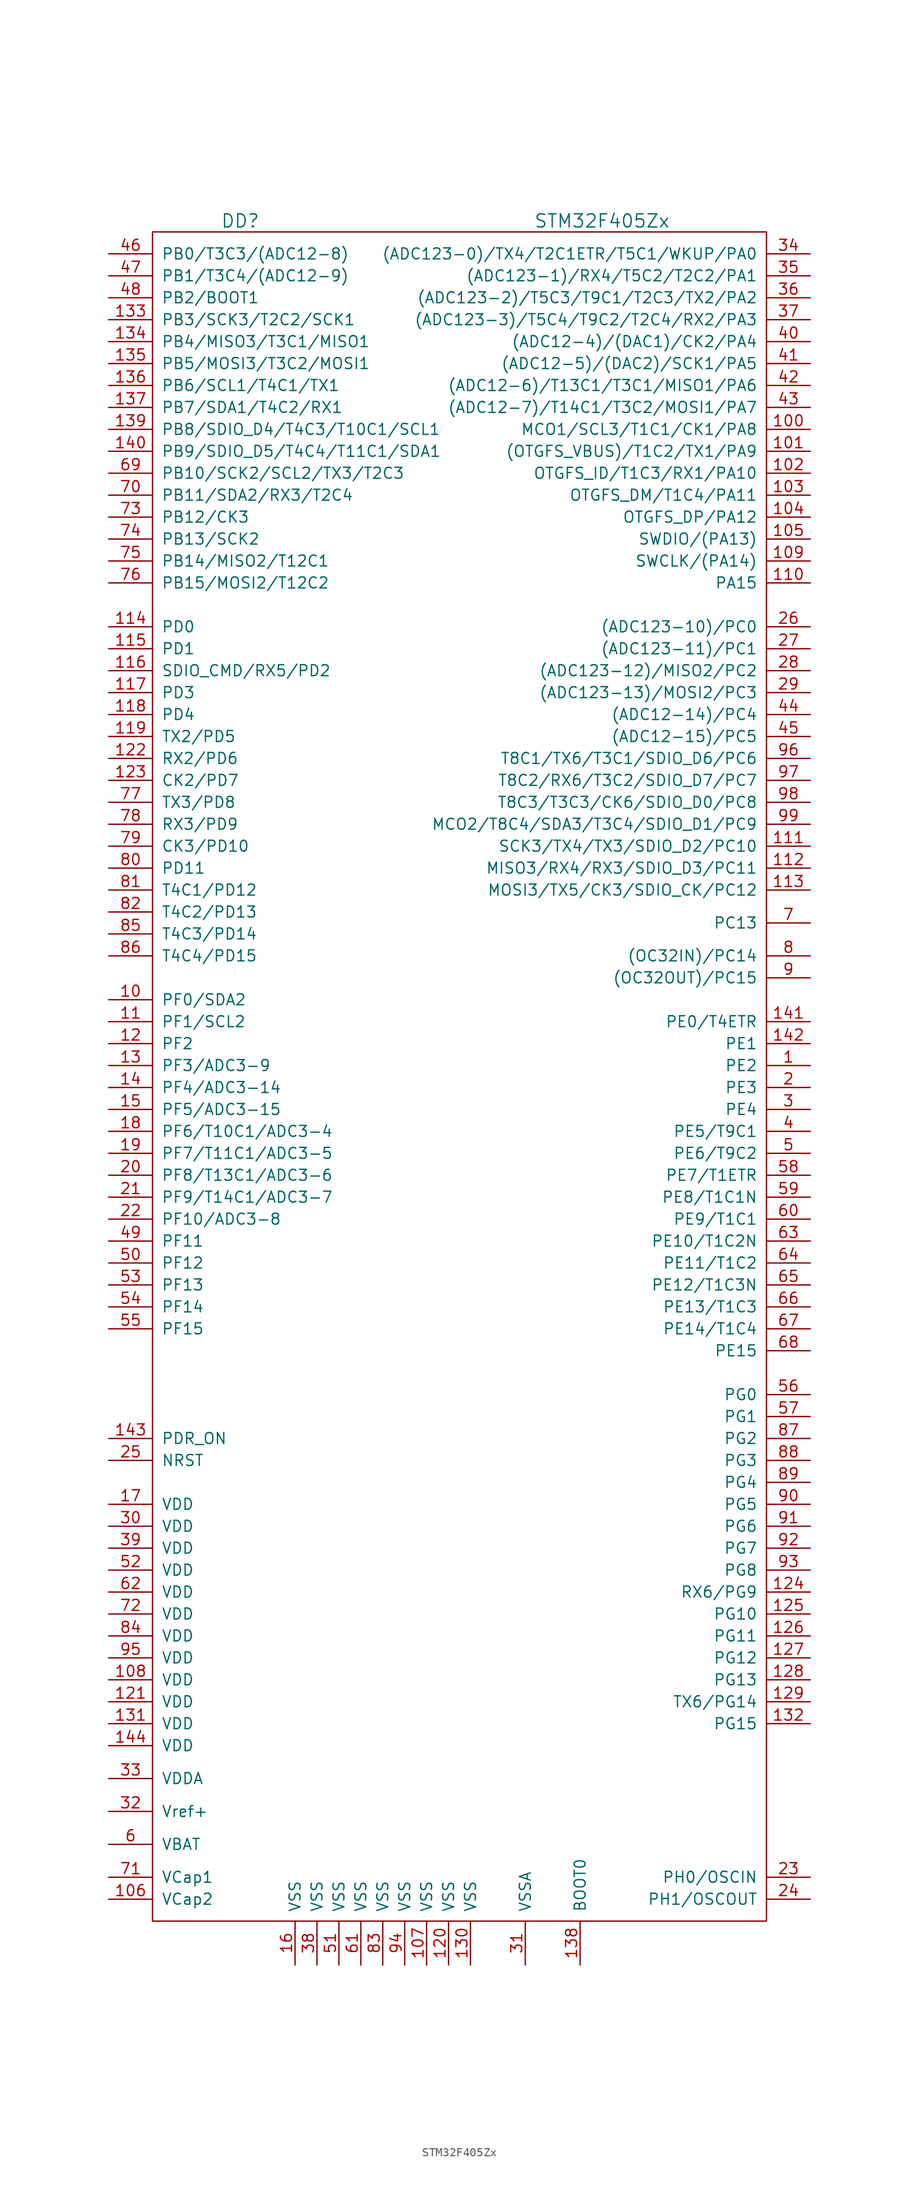
<source format=kicad_sym>
(kicad_symbol_lib
  (version 20201005)
  (generator kicad_symbol_editor)
  (symbol "st_kl:STM32F405Zx"
    (pin_names
      (offset 1.016))
    (property "Reference" "DD"
      (at -25.4 69.85 0)
      (effects (font (size 1.524 1.524))))
    (property "Value" "STM32F405Zx"
      (at 16.51 69.85 0)
      (effects (font (size 1.524 1.524))))
    (property "Footprint" ""
      (at 0 0 0)
      (effects (font (size 1.524 1.524))))
    (property "Datasheet" ""
      (at 0 0 0)
      (effects (font (size 1.524 1.524))))
    (symbol "STM32F405Zx_0_1"
      (rectangle (start -35.56 68.58) (end 35.56 -127) (stroke (width 0)) (fill (type none))))
    (symbol "STM32F405Zx_1_1"
      (pin passive line (at 40.64 -27.94 180) (length 5.08) (name "PE2" (effects (font (size 1.27 1.27)))) (number "1" (effects (font (size 1.27 1.27)))))
      (pin passive line (at -40.64 -20.32 0) (length 5.08) (name "PF0/SDA2" (effects (font (size 1.27 1.27)))) (number "10" (effects (font (size 1.27 1.27)))))
      (pin passive line (at 40.64 45.72 180) (length 5.08) (name "MCO1/SCL3/T1C1/CK1/PA8" (effects (font (size 1.27 1.27)))) (number "100" (effects (font (size 1.27 1.27)))))
      (pin passive line (at 40.64 43.18 180) (length 5.08) (name "(OTGFS_VBUS)/T1C2/TX1/PA9" (effects (font (size 1.27 1.27)))) (number "101" (effects (font (size 1.27 1.27)))))
      (pin passive line (at 40.64 40.64 180) (length 5.08) (name "OTGFS_ID/T1C3/RX1/PA10" (effects (font (size 1.27 1.27)))) (number "102" (effects (font (size 1.27 1.27)))))
      (pin passive line (at 40.64 38.1 180) (length 5.08) (name "OTGFS_DM/T1C4/PA11" (effects (font (size 1.27 1.27)))) (number "103" (effects (font (size 1.27 1.27)))))
      (pin passive line (at 40.64 35.56 180) (length 5.08) (name "OTGFS_DP/PA12" (effects (font (size 1.27 1.27)))) (number "104" (effects (font (size 1.27 1.27)))))
      (pin passive line (at 40.64 33.02 180) (length 5.08) (name "SWDIO/(PA13)" (effects (font (size 1.27 1.27)))) (number "105" (effects (font (size 1.27 1.27)))))
      (pin passive line (at -40.64 -124.46 0) (length 5.08) (name "VCap2" (effects (font (size 1.27 1.27)))) (number "106" (effects (font (size 1.27 1.27)))))
      (pin power_in line (at -3.81 -132.08 90) (length 5.08) (name "VSS" (effects (font (size 1.27 1.27)))) (number "107" (effects (font (size 1.27 1.27)))))
      (pin power_in line (at -40.64 -99.06 0) (length 5.08) (name "VDD" (effects (font (size 1.27 1.27)))) (number "108" (effects (font (size 1.27 1.27)))))
      (pin passive line (at 40.64 30.48 180) (length 5.08) (name "SWCLK/(PA14)" (effects (font (size 1.27 1.27)))) (number "109" (effects (font (size 1.27 1.27)))))
      (pin passive line (at -40.64 -22.86 0) (length 5.08) (name "PF1/SCL2" (effects (font (size 1.27 1.27)))) (number "11" (effects (font (size 1.27 1.27)))))
      (pin passive line (at 40.64 27.94 180) (length 5.08) (name "PA15" (effects (font (size 1.27 1.27)))) (number "110" (effects (font (size 1.27 1.27)))))
      (pin passive line (at 40.64 -2.54 180) (length 5.08) (name "SCK3/TX4/TX3/SDIO_D2/PC10" (effects (font (size 1.27 1.27)))) (number "111" (effects (font (size 1.27 1.27)))))
      (pin passive line (at 40.64 -5.08 180) (length 5.08) (name "MISO3/RX4/RX3/SDIO_D3/PC11" (effects (font (size 1.27 1.27)))) (number "112" (effects (font (size 1.27 1.27)))))
      (pin passive line (at 40.64 -7.62 180) (length 5.08) (name "MOSI3/TX5/CK3/SDIO_CK/PC12" (effects (font (size 1.27 1.27)))) (number "113" (effects (font (size 1.27 1.27)))))
      (pin passive line (at -40.64 22.86 0) (length 5.08) (name "PD0" (effects (font (size 1.27 1.27)))) (number "114" (effects (font (size 1.27 1.27)))))
      (pin passive line (at -40.64 20.32 0) (length 5.08) (name "PD1" (effects (font (size 1.27 1.27)))) (number "115" (effects (font (size 1.27 1.27)))))
      (pin passive line (at -40.64 17.78 0) (length 5.08) (name "SDIO_CMD/RX5/PD2" (effects (font (size 1.27 1.27)))) (number "116" (effects (font (size 1.27 1.27)))))
      (pin passive line (at -40.64 15.24 0) (length 5.08) (name "PD3" (effects (font (size 1.27 1.27)))) (number "117" (effects (font (size 1.27 1.27)))))
      (pin passive line (at -40.64 12.7 0) (length 5.08) (name "PD4" (effects (font (size 1.27 1.27)))) (number "118" (effects (font (size 1.27 1.27)))))
      (pin passive line (at -40.64 10.16 0) (length 5.08) (name "TX2/PD5" (effects (font (size 1.27 1.27)))) (number "119" (effects (font (size 1.27 1.27)))))
      (pin passive line (at -40.64 -25.4 0) (length 5.08) (name "PF2" (effects (font (size 1.27 1.27)))) (number "12" (effects (font (size 1.27 1.27)))))
      (pin power_in line (at -1.27 -132.08 90) (length 5.08) (name "VSS" (effects (font (size 1.27 1.27)))) (number "120" (effects (font (size 1.27 1.27)))))
      (pin power_in line (at -40.64 -101.6 0) (length 5.08) (name "VDD" (effects (font (size 1.27 1.27)))) (number "121" (effects (font (size 1.27 1.27)))))
      (pin passive line (at -40.64 7.62 0) (length 5.08) (name "RX2/PD6" (effects (font (size 1.27 1.27)))) (number "122" (effects (font (size 1.27 1.27)))))
      (pin passive line (at -40.64 5.08 0) (length 5.08) (name "CK2/PD7" (effects (font (size 1.27 1.27)))) (number "123" (effects (font (size 1.27 1.27)))))
      (pin passive line (at 40.64 -88.9 180) (length 5.08) (name "RX6/PG9" (effects (font (size 1.27 1.27)))) (number "124" (effects (font (size 1.27 1.27)))))
      (pin passive line (at 40.64 -91.44 180) (length 5.08) (name "PG10" (effects (font (size 1.27 1.27)))) (number "125" (effects (font (size 1.27 1.27)))))
      (pin passive line (at 40.64 -93.98 180) (length 5.08) (name "PG11" (effects (font (size 1.27 1.27)))) (number "126" (effects (font (size 1.27 1.27)))))
      (pin passive line (at 40.64 -96.52 180) (length 5.08) (name "PG12" (effects (font (size 1.27 1.27)))) (number "127" (effects (font (size 1.27 1.27)))))
      (pin passive line (at 40.64 -99.06 180) (length 5.08) (name "PG13" (effects (font (size 1.27 1.27)))) (number "128" (effects (font (size 1.27 1.27)))))
      (pin passive line (at 40.64 -101.6 180) (length 5.08) (name "TX6/PG14" (effects (font (size 1.27 1.27)))) (number "129" (effects (font (size 1.27 1.27)))))
      (pin passive line (at -40.64 -27.94 0) (length 5.08) (name "PF3/ADC3-9" (effects (font (size 1.27 1.27)))) (number "13" (effects (font (size 1.27 1.27)))))
      (pin power_in line (at 1.27 -132.08 90) (length 5.08) (name "VSS" (effects (font (size 1.27 1.27)))) (number "130" (effects (font (size 1.27 1.27)))))
      (pin power_in line (at -40.64 -104.14 0) (length 5.08) (name "VDD" (effects (font (size 1.27 1.27)))) (number "131" (effects (font (size 1.27 1.27)))))
      (pin passive line (at 40.64 -104.14 180) (length 5.08) (name "PG15" (effects (font (size 1.27 1.27)))) (number "132" (effects (font (size 1.27 1.27)))))
      (pin passive line (at -40.64 58.42 0) (length 5.08) (name "PB3/SCK3/T2C2/SCK1" (effects (font (size 1.27 1.27)))) (number "133" (effects (font (size 1.27 1.27)))))
      (pin passive line (at -40.64 55.88 0) (length 5.08) (name "PB4/MISO3/T3C1/MISO1" (effects (font (size 1.27 1.27)))) (number "134" (effects (font (size 1.27 1.27)))))
      (pin passive line (at -40.64 53.34 0) (length 5.08) (name "PB5/MOSI3/T3C2/MOSI1" (effects (font (size 1.27 1.27)))) (number "135" (effects (font (size 1.27 1.27)))))
      (pin passive line (at -40.64 50.8 0) (length 5.08) (name "PB6/SCL1/T4C1/TX1" (effects (font (size 1.27 1.27)))) (number "136" (effects (font (size 1.27 1.27)))))
      (pin passive line (at -40.64 48.26 0) (length 5.08) (name "PB7/SDA1/T4C2/RX1" (effects (font (size 1.27 1.27)))) (number "137" (effects (font (size 1.27 1.27)))))
      (pin passive line (at 13.97 -132.08 90) (length 5.08) (name "BOOT0" (effects (font (size 1.27 1.27)))) (number "138" (effects (font (size 1.27 1.27)))))
      (pin passive line (at -40.64 45.72 0) (length 5.08) (name "PB8/SDIO_D4/T4C3/T10C1/SCL1" (effects (font (size 1.27 1.27)))) (number "139" (effects (font (size 1.27 1.27)))))
      (pin passive line (at -40.64 -30.48 0) (length 5.08) (name "PF4/ADC3-14" (effects (font (size 1.27 1.27)))) (number "14" (effects (font (size 1.27 1.27)))))
      (pin passive line (at -40.64 43.18 0) (length 5.08) (name "PB9/SDIO_D5/T4C4/T11C1/SDA1" (effects (font (size 1.27 1.27)))) (number "140" (effects (font (size 1.27 1.27)))))
      (pin passive line (at 40.64 -22.86 180) (length 5.08) (name "PE0/T4ETR" (effects (font (size 1.27 1.27)))) (number "141" (effects (font (size 1.27 1.27)))))
      (pin passive line (at 40.64 -25.4 180) (length 5.08) (name "PE1" (effects (font (size 1.27 1.27)))) (number "142" (effects (font (size 1.27 1.27)))))
      (pin passive line (at -40.64 -71.12 0) (length 5.08) (name "PDR_ON" (effects (font (size 1.27 1.27)))) (number "143" (effects (font (size 1.27 1.27)))))
      (pin power_in line (at -40.64 -106.68 0) (length 5.08) (name "VDD" (effects (font (size 1.27 1.27)))) (number "144" (effects (font (size 1.27 1.27)))))
      (pin passive line (at -40.64 -33.02 0) (length 5.08) (name "PF5/ADC3-15" (effects (font (size 1.27 1.27)))) (number "15" (effects (font (size 1.27 1.27)))))
      (pin power_in line (at -19.05 -132.08 90) (length 5.08) (name "VSS" (effects (font (size 1.27 1.27)))) (number "16" (effects (font (size 1.27 1.27)))))
      (pin power_in line (at -40.64 -78.74 0) (length 5.08) (name "VDD" (effects (font (size 1.27 1.27)))) (number "17" (effects (font (size 1.27 1.27)))))
      (pin passive line (at -40.64 -35.56 0) (length 5.08) (name "PF6/T10C1/ADC3-4" (effects (font (size 1.27 1.27)))) (number "18" (effects (font (size 1.27 1.27)))))
      (pin passive line (at -40.64 -38.1 0) (length 5.08) (name "PF7/T11C1/ADC3-5" (effects (font (size 1.27 1.27)))) (number "19" (effects (font (size 1.27 1.27)))))
      (pin passive line (at 40.64 -30.48 180) (length 5.08) (name "PE3" (effects (font (size 1.27 1.27)))) (number "2" (effects (font (size 1.27 1.27)))))
      (pin passive line (at -40.64 -40.64 0) (length 5.08) (name "PF8/T13C1/ADC3-6" (effects (font (size 1.27 1.27)))) (number "20" (effects (font (size 1.27 1.27)))))
      (pin passive line (at -40.64 -43.18 0) (length 5.08) (name "PF9/T14C1/ADC3-7" (effects (font (size 1.27 1.27)))) (number "21" (effects (font (size 1.27 1.27)))))
      (pin passive line (at -40.64 -45.72 0) (length 5.08) (name "PF10/ADC3-8" (effects (font (size 1.27 1.27)))) (number "22" (effects (font (size 1.27 1.27)))))
      (pin passive line (at 40.64 -121.92 180) (length 5.08) (name "PH0/OSCIN" (effects (font (size 1.27 1.27)))) (number "23" (effects (font (size 1.27 1.27)))))
      (pin passive line (at 40.64 -124.46 180) (length 5.08) (name "PH1/OSCOUT" (effects (font (size 1.27 1.27)))) (number "24" (effects (font (size 1.27 1.27)))))
      (pin passive line (at -40.64 -73.66 0) (length 5.08) (name "NRST" (effects (font (size 1.27 1.27)))) (number "25" (effects (font (size 1.27 1.27)))))
      (pin passive line (at 40.64 22.86 180) (length 5.08) (name "(ADC123-10)/PC0" (effects (font (size 1.27 1.27)))) (number "26" (effects (font (size 1.27 1.27)))))
      (pin passive line (at 40.64 20.32 180) (length 5.08) (name "(ADC123-11)/PC1" (effects (font (size 1.27 1.27)))) (number "27" (effects (font (size 1.27 1.27)))))
      (pin passive line (at 40.64 17.78 180) (length 5.08) (name "(ADC123-12)/MISO2/PC2" (effects (font (size 1.27 1.27)))) (number "28" (effects (font (size 1.27 1.27)))))
      (pin passive line (at 40.64 15.24 180) (length 5.08) (name "(ADC123-13)/MOSI2/PC3" (effects (font (size 1.27 1.27)))) (number "29" (effects (font (size 1.27 1.27)))))
      (pin passive line (at 40.64 -33.02 180) (length 5.08) (name "PE4" (effects (font (size 1.27 1.27)))) (number "3" (effects (font (size 1.27 1.27)))))
      (pin power_in line (at -40.64 -81.28 0) (length 5.08) (name "VDD" (effects (font (size 1.27 1.27)))) (number "30" (effects (font (size 1.27 1.27)))))
      (pin power_in line (at 7.62 -132.08 90) (length 5.08) (name "VSSA" (effects (font (size 1.27 1.27)))) (number "31" (effects (font (size 1.27 1.27)))))
      (pin passive line (at -40.64 -114.3 0) (length 5.08) (name "Vref+" (effects (font (size 1.27 1.27)))) (number "32" (effects (font (size 1.27 1.27)))))
      (pin power_in line (at -40.64 -110.49 0) (length 5.08) (name "VDDA" (effects (font (size 1.27 1.27)))) (number "33" (effects (font (size 1.27 1.27)))))
      (pin passive line (at 40.64 66.04 180) (length 5.08) (name "(ADC123-0)/TX4/T2C1ETR/T5C1/WKUP/PA0" (effects (font (size 1.27 1.27)))) (number "34" (effects (font (size 1.27 1.27)))))
      (pin passive line (at 40.64 63.5 180) (length 5.08) (name "(ADC123-1)/RX4/T5C2/T2C2/PA1" (effects (font (size 1.27 1.27)))) (number "35" (effects (font (size 1.27 1.27)))))
      (pin passive line (at 40.64 60.96 180) (length 5.08) (name "(ADC123-2)/T5C3/T9C1/T2C3/TX2/PA2" (effects (font (size 1.27 1.27)))) (number "36" (effects (font (size 1.27 1.27)))))
      (pin passive line (at 40.64 58.42 180) (length 5.08) (name "(ADC123-3)/T5C4/T9C2/T2C4/RX2/PA3" (effects (font (size 1.27 1.27)))) (number "37" (effects (font (size 1.27 1.27)))))
      (pin power_in line (at -16.51 -132.08 90) (length 5.08) (name "VSS" (effects (font (size 1.27 1.27)))) (number "38" (effects (font (size 1.27 1.27)))))
      (pin power_in line (at -40.64 -83.82 0) (length 5.08) (name "VDD" (effects (font (size 1.27 1.27)))) (number "39" (effects (font (size 1.27 1.27)))))
      (pin passive line (at 40.64 -35.56 180) (length 5.08) (name "PE5/T9C1" (effects (font (size 1.27 1.27)))) (number "4" (effects (font (size 1.27 1.27)))))
      (pin passive line (at 40.64 55.88 180) (length 5.08) (name "(ADC12-4)/(DAC1)/CK2/PA4" (effects (font (size 1.27 1.27)))) (number "40" (effects (font (size 1.27 1.27)))))
      (pin passive line (at 40.64 53.34 180) (length 5.08) (name "(ADC12-5)/(DAC2)/SCK1/PA5" (effects (font (size 1.27 1.27)))) (number "41" (effects (font (size 1.27 1.27)))))
      (pin passive line (at 40.64 50.8 180) (length 5.08) (name "(ADC12-6)/T13C1/T3C1/MISO1/PA6" (effects (font (size 1.27 1.27)))) (number "42" (effects (font (size 1.27 1.27)))))
      (pin passive line (at 40.64 48.26 180) (length 5.08) (name "(ADC12-7)/T14C1/T3C2/MOSI1/PA7" (effects (font (size 1.27 1.27)))) (number "43" (effects (font (size 1.27 1.27)))))
      (pin passive line (at 40.64 12.7 180) (length 5.08) (name "(ADC12-14)/PC4" (effects (font (size 1.27 1.27)))) (number "44" (effects (font (size 1.27 1.27)))))
      (pin passive line (at 40.64 10.16 180) (length 5.08) (name "(ADC12-15)/PC5" (effects (font (size 1.27 1.27)))) (number "45" (effects (font (size 1.27 1.27)))))
      (pin passive line (at -40.64 66.04 0) (length 5.08) (name "PB0/T3C3/(ADC12-8)" (effects (font (size 1.27 1.27)))) (number "46" (effects (font (size 1.27 1.27)))))
      (pin passive line (at -40.64 63.5 0) (length 5.08) (name "PB1/T3C4/(ADC12-9)" (effects (font (size 1.27 1.27)))) (number "47" (effects (font (size 1.27 1.27)))))
      (pin passive line (at -40.64 60.96 0) (length 5.08) (name "PB2/BOOT1" (effects (font (size 1.27 1.27)))) (number "48" (effects (font (size 1.27 1.27)))))
      (pin passive line (at -40.64 -48.26 0) (length 5.08) (name "PF11" (effects (font (size 1.27 1.27)))) (number "49" (effects (font (size 1.27 1.27)))))
      (pin passive line (at 40.64 -38.1 180) (length 5.08) (name "PE6/T9C2" (effects (font (size 1.27 1.27)))) (number "5" (effects (font (size 1.27 1.27)))))
      (pin passive line (at -40.64 -50.8 0) (length 5.08) (name "PF12" (effects (font (size 1.27 1.27)))) (number "50" (effects (font (size 1.27 1.27)))))
      (pin power_in line (at -13.97 -132.08 90) (length 5.08) (name "VSS" (effects (font (size 1.27 1.27)))) (number "51" (effects (font (size 1.27 1.27)))))
      (pin power_in line (at -40.64 -86.36 0) (length 5.08) (name "VDD" (effects (font (size 1.27 1.27)))) (number "52" (effects (font (size 1.27 1.27)))))
      (pin passive line (at -40.64 -53.34 0) (length 5.08) (name "PF13" (effects (font (size 1.27 1.27)))) (number "53" (effects (font (size 1.27 1.27)))))
      (pin passive line (at -40.64 -55.88 0) (length 5.08) (name "PF14" (effects (font (size 1.27 1.27)))) (number "54" (effects (font (size 1.27 1.27)))))
      (pin passive line (at -40.64 -58.42 0) (length 5.08) (name "PF15" (effects (font (size 1.27 1.27)))) (number "55" (effects (font (size 1.27 1.27)))))
      (pin passive line (at 40.64 -66.04 180) (length 5.08) (name "PG0" (effects (font (size 1.27 1.27)))) (number "56" (effects (font (size 1.27 1.27)))))
      (pin passive line (at 40.64 -68.58 180) (length 5.08) (name "PG1" (effects (font (size 1.27 1.27)))) (number "57" (effects (font (size 1.27 1.27)))))
      (pin passive line (at 40.64 -40.64 180) (length 5.08) (name "PE7/T1ETR" (effects (font (size 1.27 1.27)))) (number "58" (effects (font (size 1.27 1.27)))))
      (pin passive line (at 40.64 -43.18 180) (length 5.08) (name "PE8/T1C1N" (effects (font (size 1.27 1.27)))) (number "59" (effects (font (size 1.27 1.27)))))
      (pin power_in line (at -40.64 -118.11 0) (length 5.08) (name "VBAT" (effects (font (size 1.27 1.27)))) (number "6" (effects (font (size 1.27 1.27)))))
      (pin passive line (at 40.64 -45.72 180) (length 5.08) (name "PE9/T1C1" (effects (font (size 1.27 1.27)))) (number "60" (effects (font (size 1.27 1.27)))))
      (pin power_in line (at -11.43 -132.08 90) (length 5.08) (name "VSS" (effects (font (size 1.27 1.27)))) (number "61" (effects (font (size 1.27 1.27)))))
      (pin power_in line (at -40.64 -88.9 0) (length 5.08) (name "VDD" (effects (font (size 1.27 1.27)))) (number "62" (effects (font (size 1.27 1.27)))))
      (pin passive line (at 40.64 -48.26 180) (length 5.08) (name "PE10/T1C2N" (effects (font (size 1.27 1.27)))) (number "63" (effects (font (size 1.27 1.27)))))
      (pin passive line (at 40.64 -50.8 180) (length 5.08) (name "PE11/T1C2" (effects (font (size 1.27 1.27)))) (number "64" (effects (font (size 1.27 1.27)))))
      (pin passive line (at 40.64 -53.34 180) (length 5.08) (name "PE12/T1C3N" (effects (font (size 1.27 1.27)))) (number "65" (effects (font (size 1.27 1.27)))))
      (pin passive line (at 40.64 -55.88 180) (length 5.08) (name "PE13/T1C3" (effects (font (size 1.27 1.27)))) (number "66" (effects (font (size 1.27 1.27)))))
      (pin passive line (at 40.64 -58.42 180) (length 5.08) (name "PE14/T1C4" (effects (font (size 1.27 1.27)))) (number "67" (effects (font (size 1.27 1.27)))))
      (pin passive line (at 40.64 -60.96 180) (length 5.08) (name "PE15" (effects (font (size 1.27 1.27)))) (number "68" (effects (font (size 1.27 1.27)))))
      (pin passive line (at -40.64 40.64 0) (length 5.08) (name "PB10/SCK2/SCL2/TX3/T2C3" (effects (font (size 1.27 1.27)))) (number "69" (effects (font (size 1.27 1.27)))))
      (pin passive line (at 40.64 -11.43 180) (length 5.08) (name "PC13" (effects (font (size 1.27 1.27)))) (number "7" (effects (font (size 1.27 1.27)))))
      (pin passive line (at -40.64 38.1 0) (length 5.08) (name "PB11/SDA2/RX3/T2C4" (effects (font (size 1.27 1.27)))) (number "70" (effects (font (size 1.27 1.27)))))
      (pin passive line (at -40.64 -121.92 0) (length 5.08) (name "VCap1" (effects (font (size 1.27 1.27)))) (number "71" (effects (font (size 1.27 1.27)))))
      (pin power_in line (at -40.64 -91.44 0) (length 5.08) (name "VDD" (effects (font (size 1.27 1.27)))) (number "72" (effects (font (size 1.27 1.27)))))
      (pin passive line (at -40.64 35.56 0) (length 5.08) (name "PB12/CK3" (effects (font (size 1.27 1.27)))) (number "73" (effects (font (size 1.27 1.27)))))
      (pin passive line (at -40.64 33.02 0) (length 5.08) (name "PB13/SCK2" (effects (font (size 1.27 1.27)))) (number "74" (effects (font (size 1.27 1.27)))))
      (pin passive line (at -40.64 30.48 0) (length 5.08) (name "PB14/MISO2/T12C1" (effects (font (size 1.27 1.27)))) (number "75" (effects (font (size 1.27 1.27)))))
      (pin passive line (at -40.64 27.94 0) (length 5.08) (name "PB15/MOSI2/T12C2" (effects (font (size 1.27 1.27)))) (number "76" (effects (font (size 1.27 1.27)))))
      (pin passive line (at -40.64 2.54 0) (length 5.08) (name "TX3/PD8" (effects (font (size 1.27 1.27)))) (number "77" (effects (font (size 1.27 1.27)))))
      (pin passive line (at -40.64 0 0) (length 5.08) (name "RX3/PD9" (effects (font (size 1.27 1.27)))) (number "78" (effects (font (size 1.27 1.27)))))
      (pin passive line (at -40.64 -2.54 0) (length 5.08) (name "CK3/PD10" (effects (font (size 1.27 1.27)))) (number "79" (effects (font (size 1.27 1.27)))))
      (pin passive line (at 40.64 -15.24 180) (length 5.08) (name "(OC32IN)/PC14" (effects (font (size 1.27 1.27)))) (number "8" (effects (font (size 1.27 1.27)))))
      (pin passive line (at -40.64 -5.08 0) (length 5.08) (name "PD11" (effects (font (size 1.27 1.27)))) (number "80" (effects (font (size 1.27 1.27)))))
      (pin passive line (at -40.64 -7.62 0) (length 5.08) (name "T4C1/PD12" (effects (font (size 1.27 1.27)))) (number "81" (effects (font (size 1.27 1.27)))))
      (pin passive line (at -40.64 -10.16 0) (length 5.08) (name "T4C2/PD13" (effects (font (size 1.27 1.27)))) (number "82" (effects (font (size 1.27 1.27)))))
      (pin power_in line (at -8.89 -132.08 90) (length 5.08) (name "VSS" (effects (font (size 1.27 1.27)))) (number "83" (effects (font (size 1.27 1.27)))))
      (pin power_in line (at -40.64 -93.98 0) (length 5.08) (name "VDD" (effects (font (size 1.27 1.27)))) (number "84" (effects (font (size 1.27 1.27)))))
      (pin passive line (at -40.64 -12.7 0) (length 5.08) (name "T4C3/PD14" (effects (font (size 1.27 1.27)))) (number "85" (effects (font (size 1.27 1.27)))))
      (pin passive line (at -40.64 -15.24 0) (length 5.08) (name "T4C4/PD15" (effects (font (size 1.27 1.27)))) (number "86" (effects (font (size 1.27 1.27)))))
      (pin passive line (at 40.64 -71.12 180) (length 5.08) (name "PG2" (effects (font (size 1.27 1.27)))) (number "87" (effects (font (size 1.27 1.27)))))
      (pin passive line (at 40.64 -73.66 180) (length 5.08) (name "PG3" (effects (font (size 1.27 1.27)))) (number "88" (effects (font (size 1.27 1.27)))))
      (pin passive line (at 40.64 -76.2 180) (length 5.08) (name "PG4" (effects (font (size 1.27 1.27)))) (number "89" (effects (font (size 1.27 1.27)))))
      (pin passive line (at 40.64 -17.78 180) (length 5.08) (name "(OC32OUT)/PC15" (effects (font (size 1.27 1.27)))) (number "9" (effects (font (size 1.27 1.27)))))
      (pin passive line (at 40.64 -78.74 180) (length 5.08) (name "PG5" (effects (font (size 1.27 1.27)))) (number "90" (effects (font (size 1.27 1.27)))))
      (pin passive line (at 40.64 -81.28 180) (length 5.08) (name "PG6" (effects (font (size 1.27 1.27)))) (number "91" (effects (font (size 1.27 1.27)))))
      (pin passive line (at 40.64 -83.82 180) (length 5.08) (name "PG7" (effects (font (size 1.27 1.27)))) (number "92" (effects (font (size 1.27 1.27)))))
      (pin passive line (at 40.64 -86.36 180) (length 5.08) (name "PG8" (effects (font (size 1.27 1.27)))) (number "93" (effects (font (size 1.27 1.27)))))
      (pin power_in line (at -6.35 -132.08 90) (length 5.08) (name "VSS" (effects (font (size 1.27 1.27)))) (number "94" (effects (font (size 1.27 1.27)))))
      (pin power_in line (at -40.64 -96.52 0) (length 5.08) (name "VDD" (effects (font (size 1.27 1.27)))) (number "95" (effects (font (size 1.27 1.27)))))
      (pin passive line (at 40.64 7.62 180) (length 5.08) (name "T8C1/TX6/T3C1/SDIO_D6/PC6" (effects (font (size 1.27 1.27)))) (number "96" (effects (font (size 1.27 1.27)))))
      (pin passive line (at 40.64 5.08 180) (length 5.08) (name "T8C2/RX6/T3C2/SDIO_D7/PC7" (effects (font (size 1.27 1.27)))) (number "97" (effects (font (size 1.27 1.27)))))
      (pin passive line (at 40.64 2.54 180) (length 5.08) (name "T8C3/T3C3/CK6/SDIO_D0/PC8" (effects (font (size 1.27 1.27)))) (number "98" (effects (font (size 1.27 1.27)))))
      (pin passive line (at 40.64 0 180) (length 5.08) (name "MCO2/T8C4/SDA3/T3C4/SDIO_D1/PC9" (effects (font (size 1.27 1.27)))) (number "99" (effects (font (size 1.27 1.27))))))))
</source>
